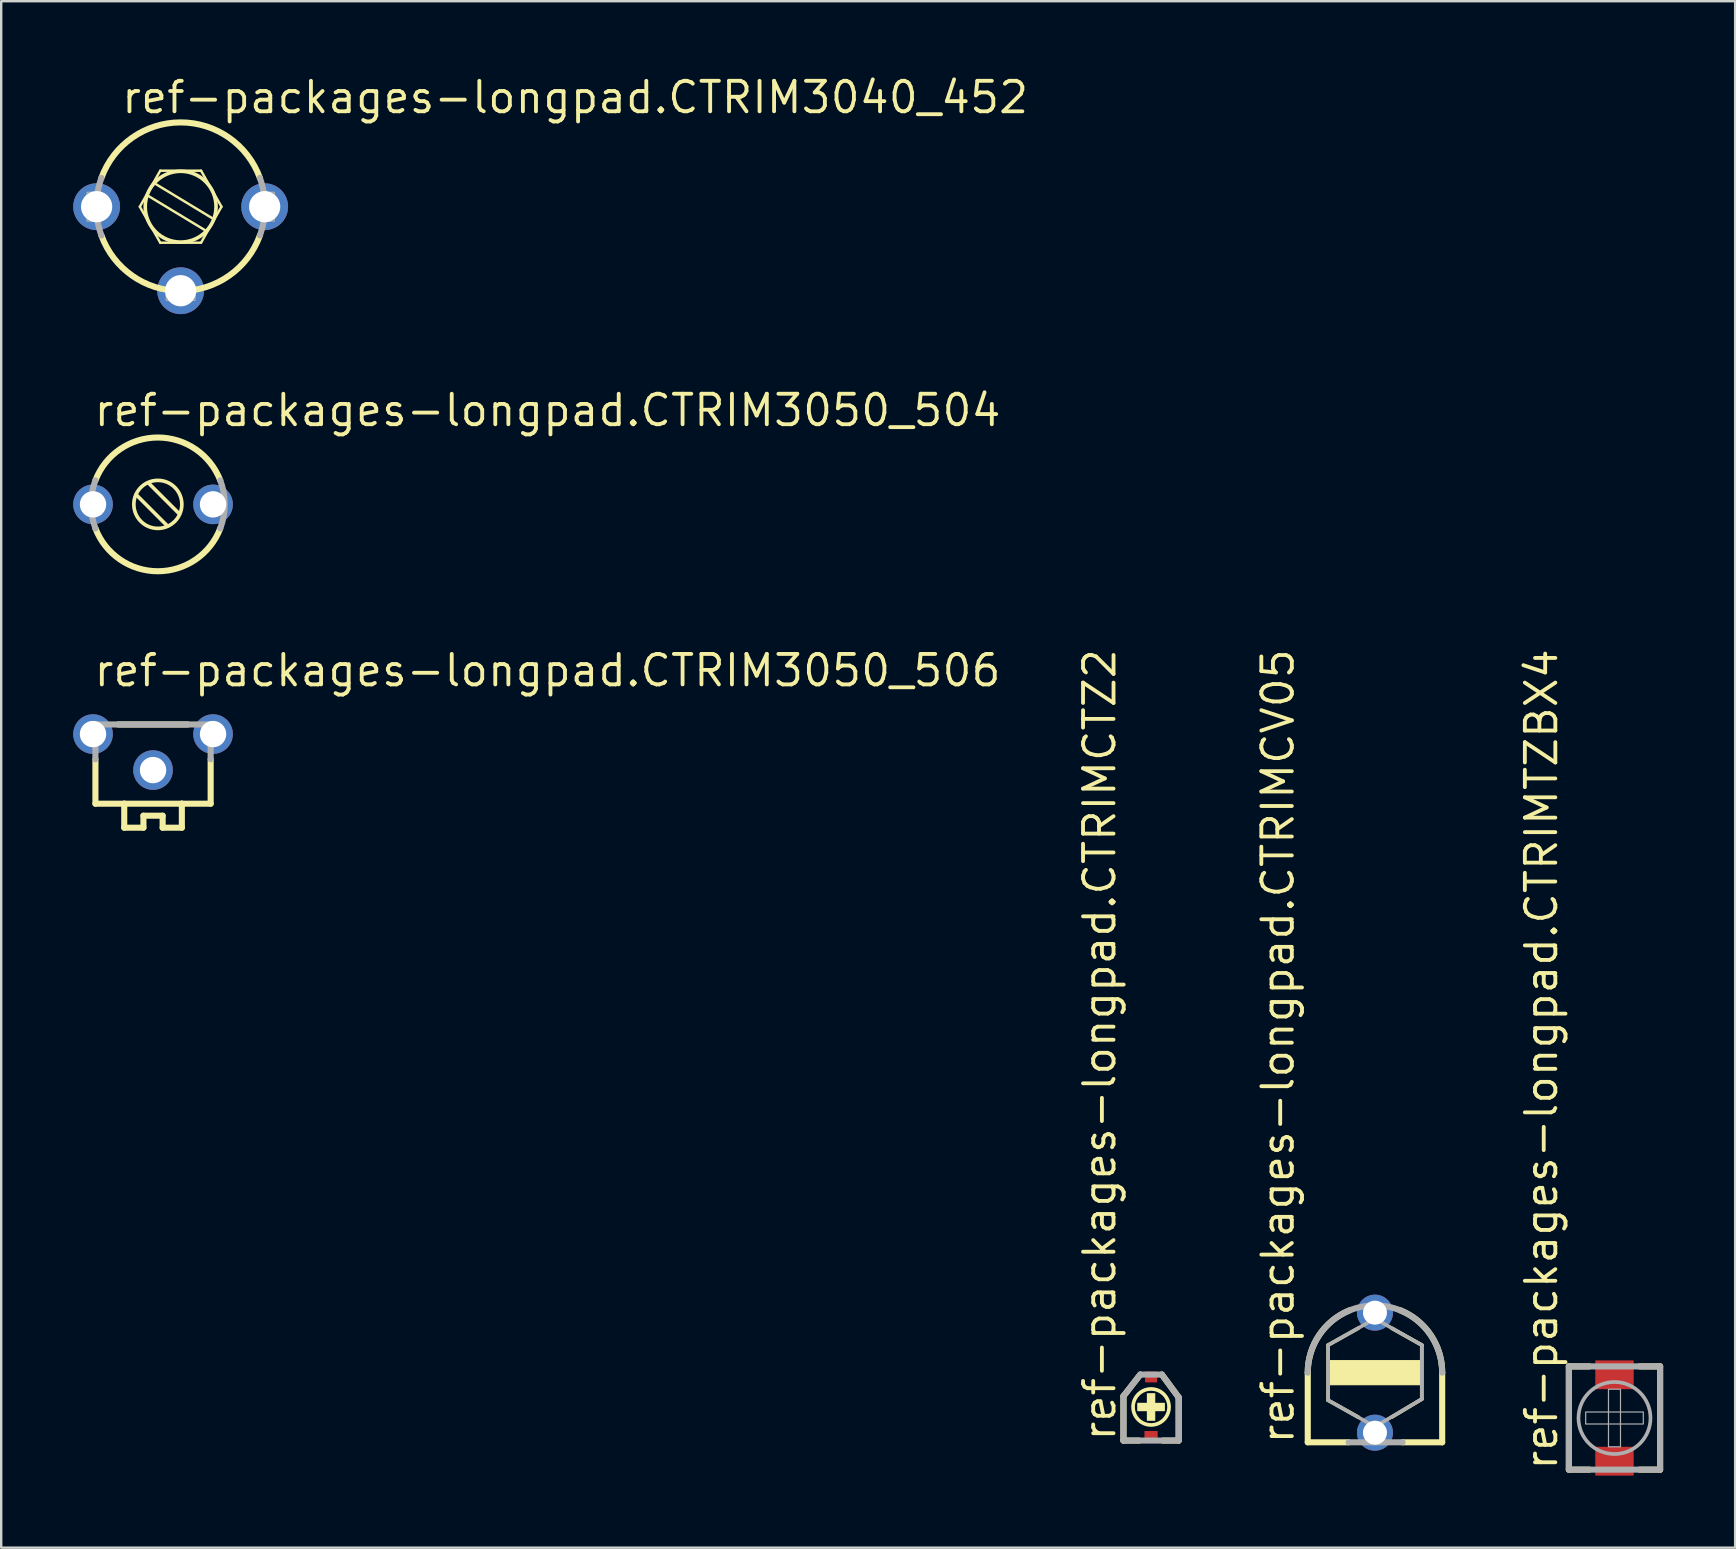
<source format=kicad_pcb>
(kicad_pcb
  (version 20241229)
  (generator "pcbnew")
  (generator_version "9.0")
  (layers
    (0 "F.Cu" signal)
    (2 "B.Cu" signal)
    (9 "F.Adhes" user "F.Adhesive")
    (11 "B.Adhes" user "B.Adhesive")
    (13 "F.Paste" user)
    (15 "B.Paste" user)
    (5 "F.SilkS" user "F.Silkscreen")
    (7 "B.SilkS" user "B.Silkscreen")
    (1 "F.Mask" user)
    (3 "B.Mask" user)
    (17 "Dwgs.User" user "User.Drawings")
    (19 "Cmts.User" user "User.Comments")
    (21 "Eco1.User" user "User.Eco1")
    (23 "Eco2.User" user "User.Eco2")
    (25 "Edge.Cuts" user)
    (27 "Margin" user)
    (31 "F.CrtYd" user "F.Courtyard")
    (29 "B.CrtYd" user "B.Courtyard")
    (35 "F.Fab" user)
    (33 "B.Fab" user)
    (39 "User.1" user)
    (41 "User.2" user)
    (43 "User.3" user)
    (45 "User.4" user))
  (footprint "ref-packages-longpad.CTRIMCV05"
    (layer "F.Cu")
    (at 54.225 54.129)
    (property "Reference" "ref-packages-longpad.CTRIMCV05" (at -3.3 3.05 90) (layer "F.SilkS") (effects (font (size 1.27 1.27) (thickness 0.16)) (justify left bottom)))
    (attr through_hole)
    (fp_line (start -2.8 0) (end -2.8 2.9) (stroke (width 0.254) (type default)) (layer "F.SilkS"))
    (fp_line (start -2.8 2.9) (end -1.1 2.9) (stroke (width 0.254) (type default)) (layer "F.SilkS"))
    (fp_line (start -1.95 -1.15) (end -0.7 -1.85) (stroke (width 0.152) (type default)) (layer "F.SilkS"))
    (fp_line (start -1.95 1.15) (end -1.95 -1.15) (stroke (width 0.152) (type default)) (layer "F.SilkS"))
    (fp_line (start -1.95 1.15) (end -0.7 1.85) (stroke (width 0.152) (type default)) (layer "F.SilkS"))
    (fp_line (start 0.7 -1.85) (end 1.95 -1.15) (stroke (width 0.152) (type default)) (layer "F.SilkS"))
    (fp_line (start 0.7 1.85) (end 1.95 1.1) (stroke (width 0.152) (type default)) (layer "F.SilkS"))
    (fp_line (start 1.15 2.9) (end 2.8 2.9) (stroke (width 0.254) (type default)) (layer "F.SilkS"))
    (fp_line (start 1.95 -1.15) (end 1.95 1.1) (stroke (width 0.152) (type default)) (layer "F.SilkS"))
    (fp_line (start 2.8 2.9) (end 2.8 0) (stroke (width 0.254) (type default)) (layer "F.SilkS"))
    (fp_rect (start -1.9 0.5) (end 1.95 -0.5) (stroke (width 0.05) (type default)) (fill yes) (layer "F.SilkS"))
    (fp_arc (start -2.8 0) (mid -2.322848 -1.567783) (end -1.05 -2.6) (stroke (width 0.254) (type default)) (layer "F.SilkS"))
    (fp_arc (start 1.05 -2.6) (mid 2.322848 -1.567783) (end 2.8 0) (stroke (width 0.254) (type default)) (layer "F.SilkS"))
    (fp_line (start -1.95 -1.15) (end 0 -2.25) (stroke (width 0.152) (type default)) (layer "F.Fab"))
    (fp_line (start -1.95 1.15) (end -1.95 -1.15) (stroke (width 0.152) (type default)) (layer "F.Fab"))
    (fp_line (start -1.1 2.9) (end 1.15 2.9) (stroke (width 0.254) (type default)) (layer "F.Fab"))
    (fp_line (start 0 -2.25) (end 1.95 -1.15) (stroke (width 0.152) (type default)) (layer "F.Fab"))
    (fp_line (start 0 2.25) (end -1.95 1.15) (stroke (width 0.152) (type default)) (layer "F.Fab"))
    (fp_line (start 1.95 -1.15) (end 1.95 1.1) (stroke (width 0.152) (type default)) (layer "F.Fab"))
    (fp_line (start 1.95 1.1) (end 0 2.25) (stroke (width 0.152) (type default)) (layer "F.Fab"))
    (fp_arc (start -2.8 0) (mid 0 -2.8) (end 2.8 0) (stroke (width 0.254) (type default)) (layer "F.Fab"))
    (pad "1" thru_hole circle (at 0 -2.5) (size 1.5 1.5) (drill 1) (layers "*.Cu" "*.Mask"))
    (pad "2" thru_hole circle (at 0 2.5) (size 1.5 1.5) (drill 1) (layers "*.Cu" "*.Mask")))
  (footprint "ref-packages-longpad.CTRIM3040_452"
    (layer "F.Cu")
    (at 4.475 5.56)
    (property "Reference" "ref-packages-longpad.CTRIM3040_452" (at -2.54 -3.81 0) (layer "F.SilkS") (effects (font (size 1.27 1.27) (thickness 0.16)) (justify left bottom)))
    (attr through_hole)
    (fp_line (start -1.7 0) (end -0.85 1.5) (stroke (width 0.102) (type default)) (layer "F.SilkS"))
    (fp_line (start -1.35 -0.45) (end 1.05 1) (stroke (width 0.102) (type default)) (layer "F.SilkS"))
    (fp_line (start -1.05 -0.95) (end 1.35 0.5) (stroke (width 0.102) (type default)) (layer "F.SilkS"))
    (fp_line (start -0.85 -1.5) (end -1.7 0) (stroke (width 0.102) (type default)) (layer "F.SilkS"))
    (fp_line (start -0.85 -1.5) (end 0.85 -1.5) (stroke (width 0.102) (type default)) (layer "F.SilkS"))
    (fp_line (start -0.85 1.5) (end 0.85 1.5) (stroke (width 0.102) (type default)) (layer "F.SilkS"))
    (fp_line (start 0.85 1.5) (end 1.7 0) (stroke (width 0.102) (type default)) (layer "F.SilkS"))
    (fp_line (start 1.7 0) (end 0.85 -1.5) (stroke (width 0.102) (type default)) (layer "F.SilkS"))
    (fp_arc (start -3.3 -1.2) (mid 0 -3.51141) (end 3.3 -1.2) (stroke (width 0.254) (type default)) (layer "F.SilkS"))
    (fp_arc (start 3.3 1.2) (mid 0 3.51141) (end -3.3 1.2) (stroke (width 0.254) (type default)) (layer "F.SilkS"))
    (fp_circle (center 0 0) (end 1.451 0) (stroke (width 0.102) (type default)) (fill no) (layer "F.SilkS"))
    (fp_circle (center 0 0) (end 1.5 0) (stroke (width 0.102) (type default)) (fill no) (layer "F.SilkS"))
    (fp_rect (start -3.9 0.6) (end -3.5 -0.6) (stroke (width 0.05) (type default)) (fill no) (layer "F.Fab"))
    (fp_rect (start -0.6 3.9) (end 0.6 3.5) (stroke (width 0.05) (type default)) (fill no) (layer "F.Fab"))
    (fp_rect (start 3.5 0.6) (end 3.9 -0.6) (stroke (width 0.05) (type default)) (fill no) (layer "F.Fab"))
    (fp_arc (start -3.3 1.2) (mid -3.51141 0) (end -3.3 -1.2) (stroke (width 0.254) (type default)) (layer "F.Fab"))
    (fp_arc (start 3.3 -1.2) (mid 3.51141 0) (end 3.3 1.2) (stroke (width 0.254) (type default)) (layer "F.Fab"))
    (pad "1A" thru_hole circle (at -3.5 0) (size 1.95 1.95) (drill 1.3) (layers "*.Cu" "*.Mask"))
    (pad "1B" thru_hole circle (at 3.5 0) (size 1.95 1.95) (drill 1.3) (layers "*.Cu" "*.Mask"))
    (pad "2" thru_hole circle (at 0 3.5) (size 1.95 1.95) (drill 1.3) (layers "*.Cu" "*.Mask")))
  (footprint "ref-packages-longpad.CTRIM3050_506"
    (layer "F.Cu")
    (at 3.325 28.798)
    (property "Reference" "ref-packages-longpad.CTRIM3050_506" (at -2.54 -3.175 0) (layer "F.SilkS") (effects (font (size 1.27 1.27) (thickness 0.16)) (justify left bottom)))
    (attr through_hole)
    (fp_line (start -2.4 -0.22) (end -2.4 1.63) (stroke (width 0.254) (type default)) (layer "F.SilkS"))
    (fp_line (start -1.45 -1.67) (end 1.45 -1.67) (stroke (width 0.254) (type default)) (layer "F.SilkS"))
    (fp_line (start -1.2 1.63) (end -2.4 1.63) (stroke (width 0.254) (type default)) (layer "F.SilkS"))
    (fp_line (start -1.2 1.63) (end 1.2 1.63) (stroke (width 0.254) (type default)) (layer "F.SilkS"))
    (fp_line (start -1.2 2.63) (end -1.2 1.63) (stroke (width 0.254) (type default)) (layer "F.SilkS"))
    (fp_line (start -1.2 2.63) (end -0.4 2.63) (stroke (width 0.254) (type default)) (layer "F.SilkS"))
    (fp_line (start -0.4 2.13) (end 0.4 2.13) (stroke (width 0.254) (type default)) (layer "F.SilkS"))
    (fp_line (start -0.4 2.63) (end -0.4 2.13) (stroke (width 0.254) (type default)) (layer "F.SilkS"))
    (fp_line (start 0.4 2.13) (end 0.4 2.63) (stroke (width 0.254) (type default)) (layer "F.SilkS"))
    (fp_line (start 0.4 2.63) (end 1.2 2.63) (stroke (width 0.254) (type default)) (layer "F.SilkS"))
    (fp_line (start 1.2 1.63) (end 1.2 2.63) (stroke (width 0.254) (type default)) (layer "F.SilkS"))
    (fp_line (start 1.2 1.63) (end 2.4 1.63) (stroke (width 0.254) (type default)) (layer "F.SilkS"))
    (fp_line (start 2.4 1.63) (end 2.4 -0.22) (stroke (width 0.254) (type default)) (layer "F.SilkS"))
    (fp_line (start -2.4 -0.22) (end -2.4 -1.67) (stroke (width 0.254) (type default)) (layer "F.Fab"))
    (fp_line (start 2.4 -1.67) (end -2.4 -1.67) (stroke (width 0.254) (type default)) (layer "F.Fab"))
    (fp_line (start 2.4 -0.22) (end 2.4 -1.67) (stroke (width 0.254) (type default)) (layer "F.Fab"))
    (pad "1A" thru_hole circle (at -2.5 -1.27) (size 1.65 1.65) (drill 1.1) (layers "*.Cu" "*.Mask"))
    (pad "1B" thru_hole circle (at 2.5 -1.27) (size 1.65 1.65) (drill 1.1) (layers "*.Cu" "*.Mask"))
    (pad "2" thru_hole circle (at 0 0.23) (size 1.65 1.65) (drill 1.1) (layers "*.Cu" "*.Mask")))
  (footprint "ref-packages-longpad.CTRIM3050_504"
    (layer "F.Cu")
    (at 3.325 17.96)
    (property "Reference" "ref-packages-longpad.CTRIM3050_504" (at -2.54 -3.175 0) (layer "F.SilkS") (effects (font (size 1.27 1.27) (thickness 0.16)) (justify left bottom)))
    (attr through_hole)
    (fp_line (start -0.7 -0.4) (end 0.6 0.9) (stroke (width 0.152) (type default)) (layer "F.SilkS"))
    (fp_line (start -0.2 -0.9) (end 1.1 0.4) (stroke (width 0.152) (type default)) (layer "F.SilkS"))
    (fp_arc (start -2.4 -1) (mid 0.2 -2.785678) (end 2.8 -1) (stroke (width 0.254) (type default)) (layer "F.SilkS"))
    (fp_arc (start 2.8 1) (mid 0.2 2.785678) (end -2.4 1) (stroke (width 0.254) (type default)) (layer "F.SilkS"))
    (fp_circle (center 0.2 0) (end 1.2 0) (stroke (width 0.152) (type default)) (fill no) (layer "F.SilkS"))
    (fp_arc (start -2.4 1) (mid -2.585678 0) (end -2.4 -1) (stroke (width 0.254) (type default)) (layer "F.Fab"))
    (fp_arc (start 2.8 -1) (mid 2.985678 0) (end 2.8 1) (stroke (width 0.254) (type default)) (layer "F.Fab"))
    (pad "1" thru_hole circle (at -2.5 0) (size 1.65 1.65) (drill 1.1) (layers "*.Cu" "*.Mask"))
    (pad "2" thru_hole circle (at 2.5 0) (size 1.65 1.65) (drill 1.1) (layers "*.Cu" "*.Mask")))
  (footprint "ref-packages-longpad.CTRIMCTZ2"
    (layer "F.Cu")
    (at 44.898 55.558)
    (property "Reference" "ref-packages-longpad.CTRIMCTZ2" (at -1.4 1.5 90) (layer "F.SilkS") (effects (font (size 1.27 1.27) (thickness 0.16)) (justify left bottom)))
    (attr smd)
    (fp_line (start -1.15 -0.45) (end -0.45 -1.35) (stroke (width 0.254) (type default)) (layer "F.SilkS"))
    (fp_line (start -1.15 1.4) (end -1.15 -0.45) (stroke (width 0.254) (type default)) (layer "F.SilkS"))
    (fp_line (start -0.5 1.4) (end -1.15 1.4) (stroke (width 0.254) (type default)) (layer "F.SilkS"))
    (fp_line (start 0.5 1.4) (end 1.15 1.4) (stroke (width 0.254) (type default)) (layer "F.SilkS"))
    (fp_line (start 1.15 -0.4) (end 0.45 -1.35) (stroke (width 0.254) (type default)) (layer "F.SilkS"))
    (fp_line (start 1.15 1.4) (end 1.15 -0.4) (stroke (width 0.254) (type default)) (layer "F.SilkS"))
    (fp_rect (start -0.55 0.15) (end 0.55 -0.15) (stroke (width 0.05) (type default)) (fill yes) (layer "F.SilkS"))
    (fp_rect (start -0.15 0.55) (end 0.15 -0.55) (stroke (width 0.05) (type default)) (fill yes) (layer "F.SilkS"))
    (fp_circle (center 0 0) (end 0.75 0) (stroke (width 0.152) (type default)) (fill no) (layer "F.SilkS"))
    (fp_line (start -1.15 -0.45) (end -0.45 -1.35) (stroke (width 0.254) (type default)) (layer "F.Fab"))
    (fp_line (start -1.15 1.4) (end -1.15 -0.45) (stroke (width 0.254) (type default)) (layer "F.Fab"))
    (fp_line (start -0.45 -1.35) (end 0.45 -1.35) (stroke (width 0.254) (type default)) (layer "F.Fab"))
    (fp_line (start 0.45 -1.35) (end 1.15 -0.4) (stroke (width 0.254) (type default)) (layer "F.Fab"))
    (fp_line (start 1.15 -0.4) (end 1.15 1.4) (stroke (width 0.254) (type default)) (layer "F.Fab"))
    (fp_line (start 1.15 1.4) (end -1.15 1.4) (stroke (width 0.254) (type default)) (layer "F.Fab"))
    (pad "1" smd roundrect (at 0 -1.25) (size 0.5 0.45) (layers "F.Cu" "F.Mask" "F.Paste") (roundrect_rratio 0.01))
    (pad "2" smd roundrect (at 0 1.25) (size 0.55 0.5) (layers "F.Cu" "F.Mask" "F.Paste") (roundrect_rratio 0.01)))
  (footprint "ref-packages-longpad.CTRIMTZBX4"
    (layer "F.Cu")
    (at 64.202 56.018)
    (property "Reference" "ref-packages-longpad.CTRIMTZBX4" (at -2.3 2.25 90) (layer "F.SilkS") (effects (font (size 1.27 1.27) (thickness 0.16)) (justify left bottom)))
    (attr smd)
    (fp_line (start -1.9 -2.15) (end -1.05 -2.15) (stroke (width 0.254) (type default)) (layer "F.SilkS"))
    (fp_line (start -1.9 2.15) (end -1.9 -2.15) (stroke (width 0.254) (type default)) (layer "F.SilkS"))
    (fp_line (start -1.05 2.15) (end -1.9 2.15) (stroke (width 0.254) (type default)) (layer "F.SilkS"))
    (fp_line (start 1.05 2.15) (end 1.9 2.15) (stroke (width 0.254) (type default)) (layer "F.SilkS"))
    (fp_line (start 1.9 -2.15) (end 1.05 -2.15) (stroke (width 0.254) (type default)) (layer "F.SilkS"))
    (fp_line (start 1.9 2.15) (end 1.9 -2.15) (stroke (width 0.254) (type default)) (layer "F.SilkS"))
    (fp_line (start -1.9 -2.15) (end -1.9 2.15) (stroke (width 0.254) (type default)) (layer "F.Fab"))
    (fp_line (start -1.9 2.15) (end 1.9 2.15) (stroke (width 0.254) (type default)) (layer "F.Fab"))
    (fp_line (start 1.9 -2.15) (end -1.9 -2.15) (stroke (width 0.254) (type default)) (layer "F.Fab"))
    (fp_line (start 1.9 2.15) (end 1.9 -2.15) (stroke (width 0.254) (type default)) (layer "F.Fab"))
    (fp_rect (start -1.2 0.25) (end 1.2 -0.25) (stroke (width 0.05) (type default)) (fill no) (layer "F.Fab"))
    (fp_rect (start -0.25 1.2) (end 0.25 -1.2) (stroke (width 0.05) (type default)) (fill no) (layer "F.Fab"))
    (fp_circle (center 0 0) (end 1.5 0) (stroke (width 0.152) (type default)) (fill no) (layer "F.Fab"))
    (pad "1" smd roundrect (at 0 -1.8) (size 1.6 1.2) (layers "F.Cu" "F.Mask" "F.Paste") (roundrect_rratio 0.01))
    (pad "2" smd roundrect (at 0 1.8) (size 1.6 1.2) (layers "F.Cu" "F.Mask" "F.Paste") (roundrect_rratio 0.01)))
  (gr_rect
    (start -3 -3)
    (end 69.229 61.418)
    (stroke (width 0.1) (type default))
    (fill no)
    (layer "Edge.Cuts")))
</source>
